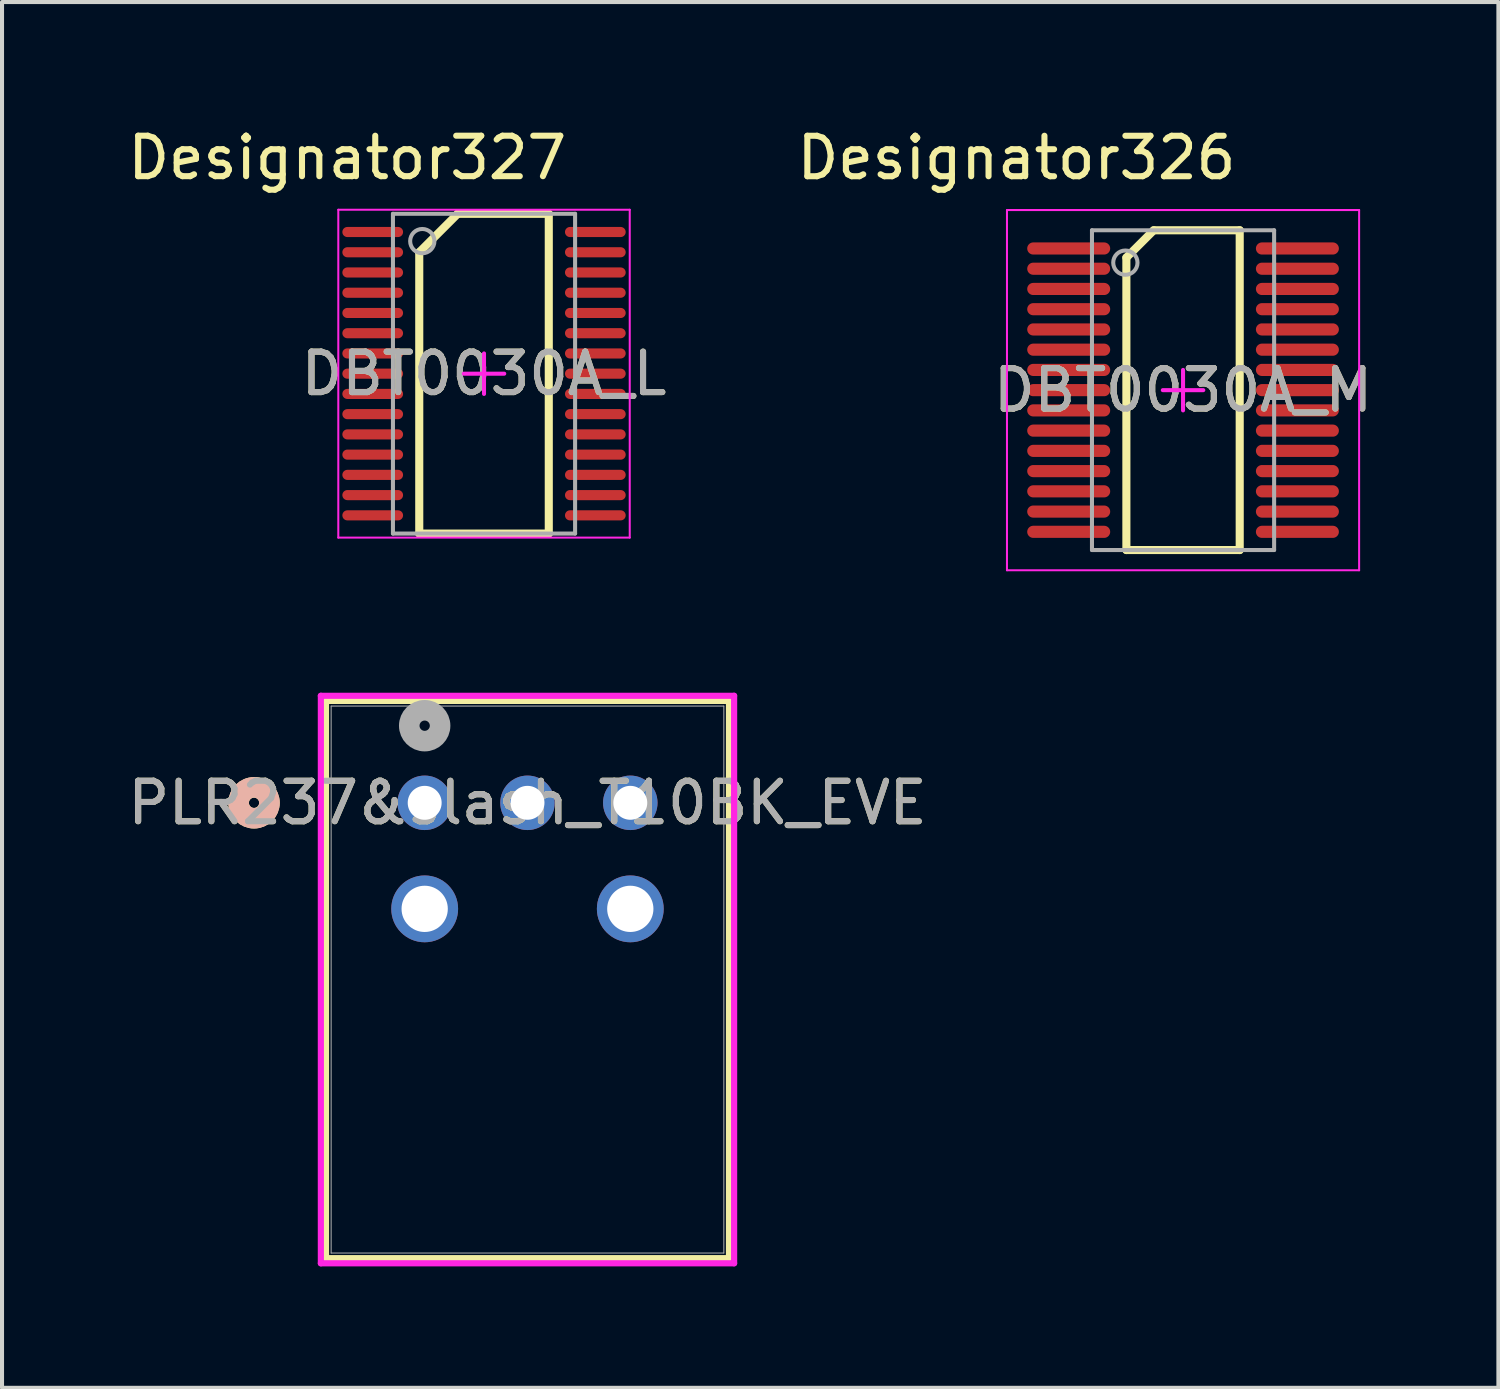
<source format=kicad_pcb>
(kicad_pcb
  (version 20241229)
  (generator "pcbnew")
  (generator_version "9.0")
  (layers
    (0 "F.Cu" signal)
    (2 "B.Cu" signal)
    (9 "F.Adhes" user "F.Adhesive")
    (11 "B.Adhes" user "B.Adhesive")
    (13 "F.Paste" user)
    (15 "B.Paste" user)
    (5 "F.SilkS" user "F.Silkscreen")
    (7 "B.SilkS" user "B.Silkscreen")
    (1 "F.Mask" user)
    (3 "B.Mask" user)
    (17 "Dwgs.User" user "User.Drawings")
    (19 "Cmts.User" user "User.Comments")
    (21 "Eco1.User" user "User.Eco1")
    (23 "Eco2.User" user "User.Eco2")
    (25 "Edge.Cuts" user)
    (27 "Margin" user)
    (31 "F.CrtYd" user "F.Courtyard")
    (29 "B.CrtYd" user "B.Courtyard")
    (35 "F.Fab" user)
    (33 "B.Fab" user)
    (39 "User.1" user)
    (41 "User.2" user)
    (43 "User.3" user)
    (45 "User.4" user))
  (footprint "DBT0030A_M"
    (layer "F.Cu")
    (at 26.178 6.589)
    (property "Reference" "DBT0030A_M" (at 0 0 0) (unlocked yes) (layer "F.SilkS") (effects (font (size 1 1) (thickness 0.15))))
    (attr smd)
    (fp_line (start -1.4 -3.275) (end -0.725 -3.95) (stroke (width 0.2) (type solid)) (layer "F.SilkS"))
    (fp_line (start -1.4 3.95) (end -1.4 -3.275) (stroke (width 0.2) (type solid)) (layer "F.SilkS"))
    (fp_line (start -1.4 3.95) (end 1.4 3.95) (stroke (width 0.2) (type solid)) (layer "F.SilkS"))
    (fp_line (start -0.725 -3.95) (end 1.4 -3.95) (stroke (width 0.2) (type solid)) (layer "F.SilkS"))
    (fp_line (start 1.4 3.95) (end 1.4 -3.95) (stroke (width 0.2) (type solid)) (layer "F.SilkS"))
    (fp_line (start -4.35 -4.45) (end 4.35 -4.45) (stroke (width 0.05) (type solid)) (layer "F.CrtYd"))
    (fp_line (start -4.35 4.45) (end -4.35 -4.45) (stroke (width 0.05) (type solid)) (layer "F.CrtYd"))
    (fp_line (start -4.35 4.45) (end 4.35 4.45) (stroke (width 0.05) (type solid)) (layer "F.CrtYd"))
    (fp_line (start -0.5 0) (end 0.5 0) (stroke (width 0.1) (type solid)) (layer "F.CrtYd"))
    (fp_line (start 0.000003 0.5) (end 0.000003 -0.5) (stroke (width 0.1) (type solid)) (layer "F.CrtYd"))
    (fp_line (start 4.35 4.45) (end 4.35 -4.45) (stroke (width 0.05) (type solid)) (layer "F.CrtYd"))
    (fp_line (start -2.25 -3.95) (end 2.25 -3.95) (stroke (width 0.1) (type solid)) (layer "F.Fab"))
    (fp_line (start -2.25 3.95) (end -2.25 -3.95) (stroke (width 0.1) (type solid)) (layer "F.Fab"))
    (fp_line (start -2.25 3.95) (end 2.25 3.95) (stroke (width 0.1) (type solid)) (layer "F.Fab"))
    (fp_line (start 2.25 3.95) (end 2.25 -3.95) (stroke (width 0.1) (type solid)) (layer "F.Fab"))
    (fp_circle (center -1.425 -3.15) (end -1.125 -3.15) (stroke (width 0.1) (type solid)) (fill no) (layer "F.Fab"))
    (fp_text user "Designator326" (at -4.115 -5.74 0) (unlocked yes) (layer "F.SilkS") (effects (font (size 1 1) (thickness 0.15))))
    (fp_text user "${REFERENCE}" (at 0 0 0) (unlocked yes) (layer "F.Fab") (effects (font (size 1 1) (thickness 0.15))))
    (pad "1" smd oval (at -2.825 -3.5 90) (size 0.3 2.05) (layers "F.Cu" "F.Mask" "F.Paste"))
    (pad "2" smd oval (at -2.825 -3 90) (size 0.3 2.05) (layers "F.Cu" "F.Mask" "F.Paste"))
    (pad "3" smd oval (at -2.825 -2.5 90) (size 0.3 2.05) (layers "F.Cu" "F.Mask" "F.Paste"))
    (pad "4" smd oval (at -2.825 -2 90) (size 0.3 2.05) (layers "F.Cu" "F.Mask" "F.Paste"))
    (pad "5" smd oval (at -2.825 -1.5 90) (size 0.3 2.05) (layers "F.Cu" "F.Mask" "F.Paste"))
    (pad "6" smd oval (at -2.825 -1 90) (size 0.3 2.05) (layers "F.Cu" "F.Mask" "F.Paste"))
    (pad "7" smd oval (at -2.825 -0.5 90) (size 0.3 2.05) (layers "F.Cu" "F.Mask" "F.Paste"))
    (pad "8" smd oval (at -2.825 0 90) (size 0.3 2.05) (layers "F.Cu" "F.Mask" "F.Paste"))
    (pad "9" smd oval (at -2.825 0.5 90) (size 0.3 2.05) (layers "F.Cu" "F.Mask" "F.Paste"))
    (pad "10" smd oval (at -2.825 1 90) (size 0.3 2.05) (layers "F.Cu" "F.Mask" "F.Paste"))
    (pad "11" smd oval (at -2.825 1.5 90) (size 0.3 2.05) (layers "F.Cu" "F.Mask" "F.Paste"))
    (pad "12" smd oval (at -2.825 2 90) (size 0.3 2.05) (layers "F.Cu" "F.Mask" "F.Paste"))
    (pad "13" smd oval (at -2.825 2.5 90) (size 0.3 2.05) (layers "F.Cu" "F.Mask" "F.Paste"))
    (pad "14" smd oval (at -2.825 3 90) (size 0.3 2.05) (layers "F.Cu" "F.Mask" "F.Paste"))
    (pad "15" smd oval (at -2.825 3.5 90) (size 0.3 2.05) (layers "F.Cu" "F.Mask" "F.Paste"))
    (pad "16" smd oval (at 2.825 3.5 90) (size 0.3 2.05) (layers "F.Cu" "F.Mask" "F.Paste"))
    (pad "17" smd oval (at 2.825 3 90) (size 0.3 2.05) (layers "F.Cu" "F.Mask" "F.Paste"))
    (pad "18" smd oval (at 2.825 2.5 90) (size 0.3 2.05) (layers "F.Cu" "F.Mask" "F.Paste"))
    (pad "19" smd oval (at 2.825 2 90) (size 0.3 2.05) (layers "F.Cu" "F.Mask" "F.Paste"))
    (pad "20" smd oval (at 2.825 1.5 90) (size 0.3 2.05) (layers "F.Cu" "F.Mask" "F.Paste"))
    (pad "21" smd oval (at 2.825 1 90) (size 0.3 2.05) (layers "F.Cu" "F.Mask" "F.Paste"))
    (pad "22" smd oval (at 2.825 0.5 90) (size 0.3 2.05) (layers "F.Cu" "F.Mask" "F.Paste"))
    (pad "23" smd oval (at 2.825 0 90) (size 0.3 2.05) (layers "F.Cu" "F.Mask" "F.Paste"))
    (pad "24" smd oval (at 2.825 -0.5 90) (size 0.3 2.05) (layers "F.Cu" "F.Mask" "F.Paste"))
    (pad "25" smd oval (at 2.825 -1 90) (size 0.3 2.05) (layers "F.Cu" "F.Mask" "F.Paste"))
    (pad "26" smd oval (at 2.825 -1.5 90) (size 0.3 2.05) (layers "F.Cu" "F.Mask" "F.Paste"))
    (pad "27" smd oval (at 2.825 -2 90) (size 0.3 2.05) (layers "F.Cu" "F.Mask" "F.Paste"))
    (pad "28" smd oval (at 2.825 -2.5 90) (size 0.3 2.05) (layers "F.Cu" "F.Mask" "F.Paste"))
    (pad "29" smd oval (at 2.825 -3 90) (size 0.3 2.05) (layers "F.Cu" "F.Mask" "F.Paste"))
    (pad "30" smd oval (at 2.825 -3.5 90) (size 0.3 2.05) (layers "F.Cu" "F.Mask" "F.Paste")))
  (footprint "DBT0030A_L"
    (layer "F.Cu")
    (at 8.908 6.182)
    (property "Reference" "DBT0030A_L" (at 0 0 0) (unlocked yes) (layer "F.SilkS") (effects (font (size 1 1) (thickness 0.15))))
    (attr smd)
    (fp_line (start -1.6 -3) (end -0.65 -3.95) (stroke (width 0.2) (type solid)) (layer "F.SilkS"))
    (fp_line (start -1.6 3.95) (end -1.6 -3) (stroke (width 0.2) (type solid)) (layer "F.SilkS"))
    (fp_line (start -1.6 3.95) (end 1.6 3.95) (stroke (width 0.2) (type solid)) (layer "F.SilkS"))
    (fp_line (start -0.65 -3.95) (end 1.6 -3.95) (stroke (width 0.2) (type solid)) (layer "F.SilkS"))
    (fp_line (start 1.6 3.95) (end 1.6 -3.95) (stroke (width 0.2) (type solid)) (layer "F.SilkS"))
    (fp_line (start -3.6 -4.05) (end 3.6 -4.05) (stroke (width 0.05) (type solid)) (layer "F.CrtYd"))
    (fp_line (start -3.6 4.05) (end -3.6 -4.05) (stroke (width 0.05) (type solid)) (layer "F.CrtYd"))
    (fp_line (start -3.6 4.05) (end 3.6 4.05) (stroke (width 0.05) (type solid)) (layer "F.CrtYd"))
    (fp_line (start -0.5 0) (end 0.5 0) (stroke (width 0.1) (type solid)) (layer "F.CrtYd"))
    (fp_line (start 0 0.5) (end 0 -0.5) (stroke (width 0.1) (type solid)) (layer "F.CrtYd"))
    (fp_line (start 3.6 4.05) (end 3.6 -4.05) (stroke (width 0.05) (type solid)) (layer "F.CrtYd"))
    (fp_line (start -2.25 -3.95) (end 2.25 -3.95) (stroke (width 0.1) (type solid)) (layer "F.Fab"))
    (fp_line (start -2.25 3.95) (end -2.25 -3.95) (stroke (width 0.1) (type solid)) (layer "F.Fab"))
    (fp_line (start -2.25 3.95) (end 2.25 3.95) (stroke (width 0.1) (type solid)) (layer "F.Fab"))
    (fp_line (start 2.25 3.95) (end 2.25 -3.95) (stroke (width 0.1) (type solid)) (layer "F.Fab"))
    (fp_circle (center -1.525 -3.275) (end -1.225 -3.275) (stroke (width 0.1) (type solid)) (fill no) (layer "F.Fab"))
    (fp_text user "Designator327" (at -3.378 -5.334 0) (unlocked yes) (layer "F.SilkS") (effects (font (size 1 1) (thickness 0.15))))
    (fp_text user "${REFERENCE}" (at 0 0 0) (unlocked yes) (layer "F.Fab") (effects (font (size 1 1) (thickness 0.15))))
    (pad "1" smd oval (at -2.75 -3.5 90) (size 0.25 1.5) (layers "F.Cu" "F.Mask" "F.Paste"))
    (pad "2" smd oval (at -2.75 -3 90) (size 0.25 1.5) (layers "F.Cu" "F.Mask" "F.Paste"))
    (pad "3" smd oval (at -2.75 -2.5 90) (size 0.25 1.5) (layers "F.Cu" "F.Mask" "F.Paste"))
    (pad "4" smd oval (at -2.75 -2 90) (size 0.25 1.5) (layers "F.Cu" "F.Mask" "F.Paste"))
    (pad "5" smd oval (at -2.75 -1.5 90) (size 0.25 1.5) (layers "F.Cu" "F.Mask" "F.Paste"))
    (pad "6" smd oval (at -2.75 -1 90) (size 0.25 1.5) (layers "F.Cu" "F.Mask" "F.Paste"))
    (pad "7" smd oval (at -2.75 -0.5 90) (size 0.25 1.5) (layers "F.Cu" "F.Mask" "F.Paste"))
    (pad "8" smd oval (at -2.75 0 90) (size 0.25 1.5) (layers "F.Cu" "F.Mask" "F.Paste"))
    (pad "9" smd oval (at -2.75 0.5 90) (size 0.25 1.5) (layers "F.Cu" "F.Mask" "F.Paste"))
    (pad "10" smd oval (at -2.75 1 90) (size 0.25 1.5) (layers "F.Cu" "F.Mask" "F.Paste"))
    (pad "11" smd oval (at -2.75 1.5 90) (size 0.25 1.5) (layers "F.Cu" "F.Mask" "F.Paste"))
    (pad "12" smd oval (at -2.75 2 90) (size 0.25 1.5) (layers "F.Cu" "F.Mask" "F.Paste"))
    (pad "13" smd oval (at -2.75 2.5 90) (size 0.25 1.5) (layers "F.Cu" "F.Mask" "F.Paste"))
    (pad "14" smd oval (at -2.75 3 90) (size 0.25 1.5) (layers "F.Cu" "F.Mask" "F.Paste"))
    (pad "15" smd oval (at -2.75 3.5 90) (size 0.25 1.5) (layers "F.Cu" "F.Mask" "F.Paste"))
    (pad "16" smd oval (at 2.75 3.5 90) (size 0.25 1.5) (layers "F.Cu" "F.Mask" "F.Paste"))
    (pad "17" smd oval (at 2.75 3 90) (size 0.25 1.5) (layers "F.Cu" "F.Mask" "F.Paste"))
    (pad "18" smd oval (at 2.75 2.5 90) (size 0.25 1.5) (layers "F.Cu" "F.Mask" "F.Paste"))
    (pad "19" smd oval (at 2.75 2 90) (size 0.25 1.5) (layers "F.Cu" "F.Mask" "F.Paste"))
    (pad "20" smd oval (at 2.75 1.5 90) (size 0.25 1.5) (layers "F.Cu" "F.Mask" "F.Paste"))
    (pad "21" smd oval (at 2.75 1 90) (size 0.25 1.5) (layers "F.Cu" "F.Mask" "F.Paste"))
    (pad "22" smd oval (at 2.75 0.5 90) (size 0.25 1.5) (layers "F.Cu" "F.Mask" "F.Paste"))
    (pad "23" smd oval (at 2.75 0 90) (size 0.25 1.5) (layers "F.Cu" "F.Mask" "F.Paste"))
    (pad "24" smd oval (at 2.75 -0.5 90) (size 0.25 1.5) (layers "F.Cu" "F.Mask" "F.Paste"))
    (pad "25" smd oval (at 2.75 -1 90) (size 0.25 1.5) (layers "F.Cu" "F.Mask" "F.Paste"))
    (pad "26" smd oval (at 2.75 -1.5 90) (size 0.25 1.5) (layers "F.Cu" "F.Mask" "F.Paste"))
    (pad "27" smd oval (at 2.75 -2 90) (size 0.25 1.5) (layers "F.Cu" "F.Mask" "F.Paste"))
    (pad "28" smd oval (at 2.75 -2.5 90) (size 0.25 1.5) (layers "F.Cu" "F.Mask" "F.Paste"))
    (pad "29" smd oval (at 2.75 -3 90) (size 0.25 1.5) (layers "F.Cu" "F.Mask" "F.Paste"))
    (pad "30" smd oval (at 2.75 -3.5 90) (size 0.25 1.5) (layers "F.Cu" "F.Mask" "F.Paste")))
  (footprint "PLR237&slash_T10BK_EVE"
    (layer "F.Cu")
    (at 7.442 16.784)
    (property "Reference" "PLR237&slash_T10BK_EVE" (at 2.54 0 0) (unlocked yes) (layer "F.SilkS") (effects (font (size 1 1) (thickness 0.15))))
    (attr through_hole)
    (fp_line (start -2.438 -2.517) (end -2.438 11.25) (stroke (width 0.152) (type solid)) (layer "F.SilkS"))
    (fp_line (start -2.438 11.25) (end 7.518 11.25) (stroke (width 0.152) (type solid)) (layer "F.SilkS"))
    (fp_line (start 7.518 -2.517) (end -2.438 -2.517) (stroke (width 0.152) (type solid)) (layer "F.SilkS"))
    (fp_line (start 7.518 11.25) (end 7.518 -2.517) (stroke (width 0.152) (type solid)) (layer "F.SilkS"))
    (fp_circle (center -4.216 0) (end -3.835 0) (stroke (width 0.508) (type solid)) (fill no) (layer "F.SilkS"))
    (fp_circle (center -4.216 0) (end -3.835 0) (stroke (width 0.508) (type solid)) (fill no) (layer "B.SilkS"))
    (fp_line (start -2.565 -2.644) (end -2.565 11.377) (stroke (width 0.152) (type solid)) (layer "F.CrtYd"))
    (fp_line (start -2.565 11.377) (end 7.645 11.377) (stroke (width 0.152) (type solid)) (layer "F.CrtYd"))
    (fp_line (start 7.645 -2.644) (end -2.565 -2.644) (stroke (width 0.152) (type solid)) (layer "F.CrtYd"))
    (fp_line (start 7.645 11.377) (end 7.645 -2.644) (stroke (width 0.152) (type solid)) (layer "F.CrtYd"))
    (fp_line (start -2.311 -2.39) (end -2.311 11.123) (stroke (width 0.025) (type solid)) (layer "F.Fab"))
    (fp_line (start -2.311 11.123) (end 7.391 11.123) (stroke (width 0.025) (type solid)) (layer "F.Fab"))
    (fp_line (start 7.391 -2.39) (end -2.311 -2.39) (stroke (width 0.025) (type solid)) (layer "F.Fab"))
    (fp_line (start 7.391 11.123) (end 7.391 -2.39) (stroke (width 0.025) (type solid)) (layer "F.Fab"))
    (fp_circle (center 0 -1.905) (end 0.381 -1.905) (stroke (width 0.508) (type solid)) (fill no) (layer "F.Fab"))
    (fp_text user "${REFERENCE}" (at 2.54 0 0) (unlocked yes) (layer "F.Fab") (effects (font (size 1 1) (thickness 0.15))))
    (pad "1" thru_hole circle (at 0 0) (size 1.346 1.346) (drill 0.838) (layers "*.Cu" "*.Mask"))
    (pad "2" thru_hole circle (at 2.54 0) (size 1.346 1.346) (drill 0.838) (layers "*.Cu" "*.Mask"))
    (pad "3" thru_hole circle (at 5.08 0) (size 1.346 1.346) (drill 0.838) (layers "*.Cu" "*.Mask"))
    (pad "4" thru_hole circle (at 0 2.62) (size 1.651 1.651) (drill 1.143) (layers "*.Cu" "*.Mask"))
    (pad "5" thru_hole circle (at 5.08 2.62) (size 1.651 1.651) (drill 1.143) (layers "*.Cu" "*.Mask")))
  (gr_rect
    (start -3 -3)
    (end 33.969 31.237)
    (stroke (width 0.1) (type default))
    (fill no)
    (layer "Edge.Cuts")))
</source>
